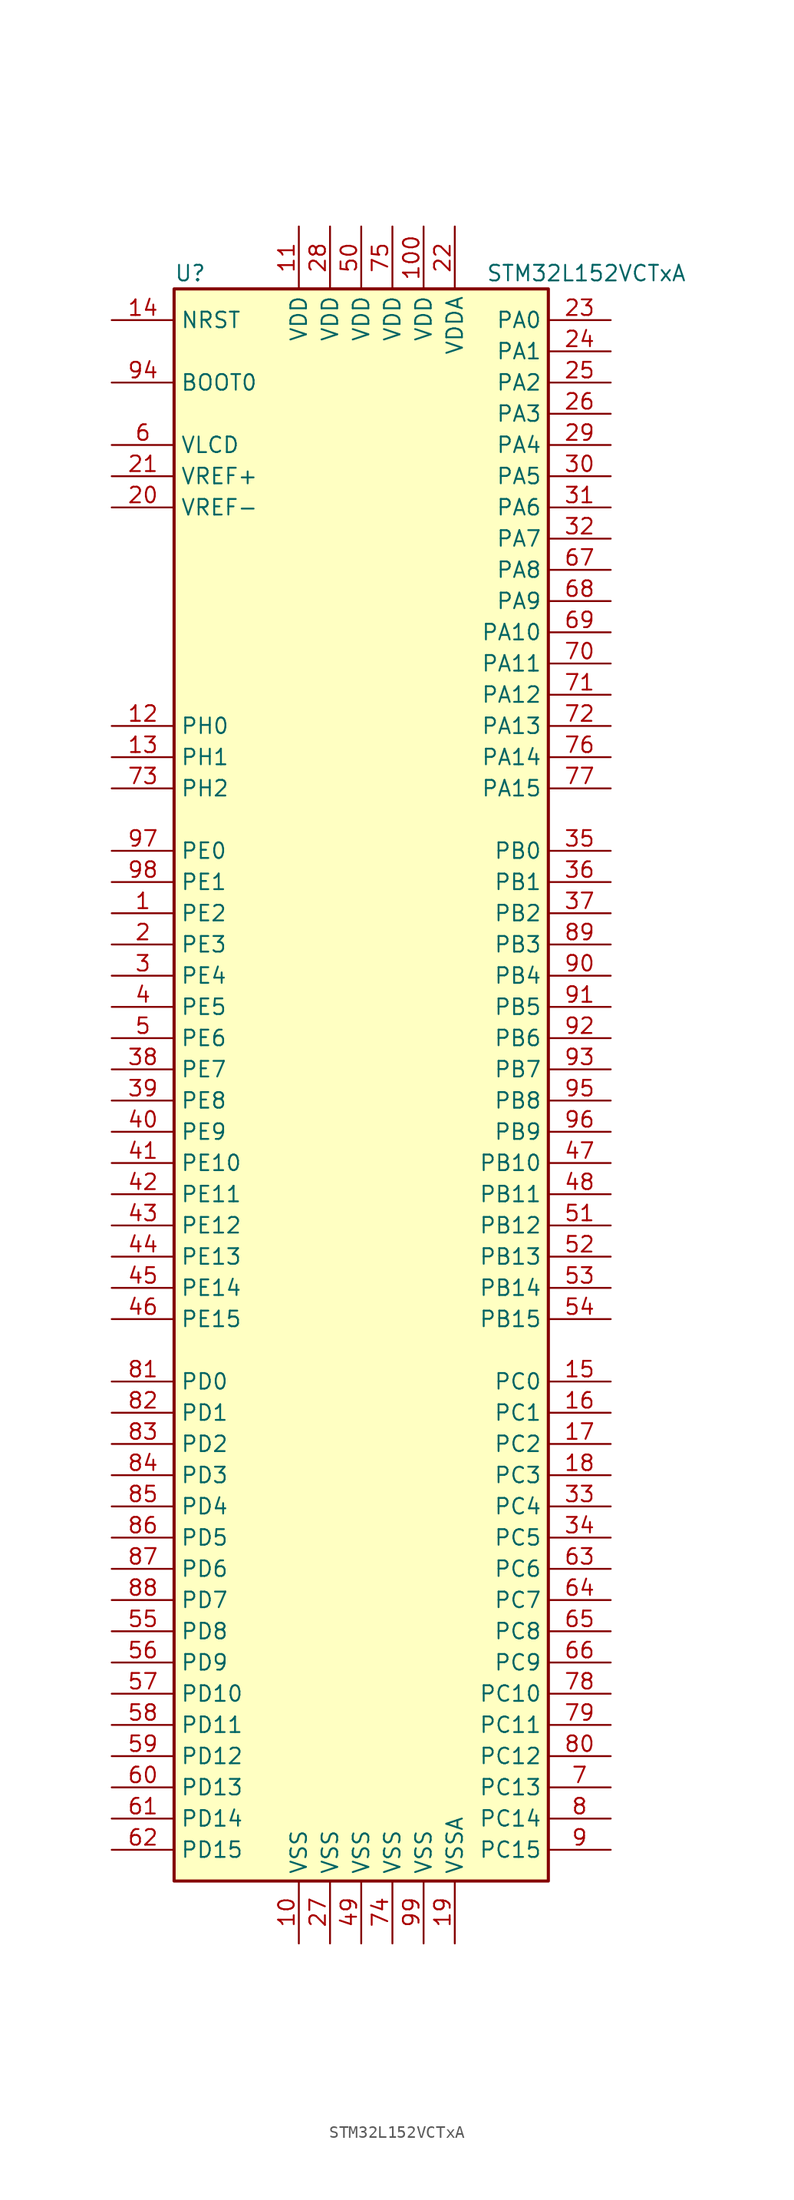
<source format=kicad_sym>
(kicad_symbol_lib
  (version 20201005)
  (generator kicad_symbol_editor)
  (symbol "STM32L152VCTxA"
    (property "Reference" "U"
      (at -15.24 64.77 0)
      (effects (font (size 1.27 1.27)) (justify left)))
    (property "Value" "STM32L152VCTxA"
      (at 10.16 64.77 0)
      (effects (font (size 1.27 1.27)) (justify left)))
    (symbol "STM32L152VCTxA_0_1"
      (rectangle (start -15.24 -66.04) (end 15.24 63.5) (stroke (width 0.254)) (fill (type background))))
    (symbol "STM32L152VCTxA_1_1"
      (pin bidirectional line (at -20.32 12.7 0) (length 5.08) (name "PE2" (effects (font (size 1.27 1.27)))) (number "1" (effects (font (size 1.27 1.27)))))
      (pin power_in line (at -5.08 -71.12 90) (length 5.08) (name "VSS" (effects (font (size 1.27 1.27)))) (number "10" (effects (font (size 1.27 1.27)))))
      (pin power_in line (at 5.08 68.58 270) (length 5.08) (name "VDD" (effects (font (size 1.27 1.27)))) (number "100" (effects (font (size 1.27 1.27)))))
      (pin power_in line (at -5.08 68.58 270) (length 5.08) (name "VDD" (effects (font (size 1.27 1.27)))) (number "11" (effects (font (size 1.27 1.27)))))
      (pin input line (at -20.32 27.94 0) (length 5.08) (name "PH0" (effects (font (size 1.27 1.27)))) (number "12" (effects (font (size 1.27 1.27)))))
      (pin input line (at -20.32 25.4 0) (length 5.08) (name "PH1" (effects (font (size 1.27 1.27)))) (number "13" (effects (font (size 1.27 1.27)))))
      (pin input line (at -20.32 60.96 0) (length 5.08) (name "NRST" (effects (font (size 1.27 1.27)))) (number "14" (effects (font (size 1.27 1.27)))))
      (pin bidirectional line (at 20.32 -25.4 180) (length 5.08) (name "PC0" (effects (font (size 1.27 1.27)))) (number "15" (effects (font (size 1.27 1.27)))))
      (pin bidirectional line (at 20.32 -27.94 180) (length 5.08) (name "PC1" (effects (font (size 1.27 1.27)))) (number "16" (effects (font (size 1.27 1.27)))))
      (pin bidirectional line (at 20.32 -30.48 180) (length 5.08) (name "PC2" (effects (font (size 1.27 1.27)))) (number "17" (effects (font (size 1.27 1.27)))))
      (pin bidirectional line (at 20.32 -33.02 180) (length 5.08) (name "PC3" (effects (font (size 1.27 1.27)))) (number "18" (effects (font (size 1.27 1.27)))))
      (pin power_in line (at 7.62 -71.12 90) (length 5.08) (name "VSSA" (effects (font (size 1.27 1.27)))) (number "19" (effects (font (size 1.27 1.27)))))
      (pin bidirectional line (at -20.32 10.16 0) (length 5.08) (name "PE3" (effects (font (size 1.27 1.27)))) (number "2" (effects (font (size 1.27 1.27)))))
      (pin power_in line (at -20.32 45.72 0) (length 5.08) (name "VREF-" (effects (font (size 1.27 1.27)))) (number "20" (effects (font (size 1.27 1.27)))))
      (pin power_in line (at -20.32 48.26 0) (length 5.08) (name "VREF+" (effects (font (size 1.27 1.27)))) (number "21" (effects (font (size 1.27 1.27)))))
      (pin power_in line (at 7.62 68.58 270) (length 5.08) (name "VDDA" (effects (font (size 1.27 1.27)))) (number "22" (effects (font (size 1.27 1.27)))))
      (pin bidirectional line (at 20.32 60.96 180) (length 5.08) (name "PA0" (effects (font (size 1.27 1.27)))) (number "23" (effects (font (size 1.27 1.27)))))
      (pin bidirectional line (at 20.32 58.42 180) (length 5.08) (name "PA1" (effects (font (size 1.27 1.27)))) (number "24" (effects (font (size 1.27 1.27)))))
      (pin bidirectional line (at 20.32 55.88 180) (length 5.08) (name "PA2" (effects (font (size 1.27 1.27)))) (number "25" (effects (font (size 1.27 1.27)))))
      (pin bidirectional line (at 20.32 53.34 180) (length 5.08) (name "PA3" (effects (font (size 1.27 1.27)))) (number "26" (effects (font (size 1.27 1.27)))))
      (pin power_in line (at -2.54 -71.12 90) (length 5.08) (name "VSS" (effects (font (size 1.27 1.27)))) (number "27" (effects (font (size 1.27 1.27)))))
      (pin power_in line (at -2.54 68.58 270) (length 5.08) (name "VDD" (effects (font (size 1.27 1.27)))) (number "28" (effects (font (size 1.27 1.27)))))
      (pin bidirectional line (at 20.32 50.8 180) (length 5.08) (name "PA4" (effects (font (size 1.27 1.27)))) (number "29" (effects (font (size 1.27 1.27)))))
      (pin bidirectional line (at -20.32 7.62 0) (length 5.08) (name "PE4" (effects (font (size 1.27 1.27)))) (number "3" (effects (font (size 1.27 1.27)))))
      (pin bidirectional line (at 20.32 48.26 180) (length 5.08) (name "PA5" (effects (font (size 1.27 1.27)))) (number "30" (effects (font (size 1.27 1.27)))))
      (pin bidirectional line (at 20.32 45.72 180) (length 5.08) (name "PA6" (effects (font (size 1.27 1.27)))) (number "31" (effects (font (size 1.27 1.27)))))
      (pin bidirectional line (at 20.32 43.18 180) (length 5.08) (name "PA7" (effects (font (size 1.27 1.27)))) (number "32" (effects (font (size 1.27 1.27)))))
      (pin bidirectional line (at 20.32 -35.56 180) (length 5.08) (name "PC4" (effects (font (size 1.27 1.27)))) (number "33" (effects (font (size 1.27 1.27)))))
      (pin bidirectional line (at 20.32 -38.1 180) (length 5.08) (name "PC5" (effects (font (size 1.27 1.27)))) (number "34" (effects (font (size 1.27 1.27)))))
      (pin bidirectional line (at 20.32 17.78 180) (length 5.08) (name "PB0" (effects (font (size 1.27 1.27)))) (number "35" (effects (font (size 1.27 1.27)))))
      (pin bidirectional line (at 20.32 15.24 180) (length 5.08) (name "PB1" (effects (font (size 1.27 1.27)))) (number "36" (effects (font (size 1.27 1.27)))))
      (pin bidirectional line (at 20.32 12.7 180) (length 5.08) (name "PB2" (effects (font (size 1.27 1.27)))) (number "37" (effects (font (size 1.27 1.27)))))
      (pin bidirectional line (at -20.32 0 0) (length 5.08) (name "PE7" (effects (font (size 1.27 1.27)))) (number "38" (effects (font (size 1.27 1.27)))))
      (pin bidirectional line (at -20.32 -2.54 0) (length 5.08) (name "PE8" (effects (font (size 1.27 1.27)))) (number "39" (effects (font (size 1.27 1.27)))))
      (pin bidirectional line (at -20.32 5.08 0) (length 5.08) (name "PE5" (effects (font (size 1.27 1.27)))) (number "4" (effects (font (size 1.27 1.27)))))
      (pin bidirectional line (at -20.32 -5.08 0) (length 5.08) (name "PE9" (effects (font (size 1.27 1.27)))) (number "40" (effects (font (size 1.27 1.27)))))
      (pin bidirectional line (at -20.32 -7.62 0) (length 5.08) (name "PE10" (effects (font (size 1.27 1.27)))) (number "41" (effects (font (size 1.27 1.27)))))
      (pin bidirectional line (at -20.32 -10.16 0) (length 5.08) (name "PE11" (effects (font (size 1.27 1.27)))) (number "42" (effects (font (size 1.27 1.27)))))
      (pin bidirectional line (at -20.32 -12.7 0) (length 5.08) (name "PE12" (effects (font (size 1.27 1.27)))) (number "43" (effects (font (size 1.27 1.27)))))
      (pin bidirectional line (at -20.32 -15.24 0) (length 5.08) (name "PE13" (effects (font (size 1.27 1.27)))) (number "44" (effects (font (size 1.27 1.27)))))
      (pin bidirectional line (at -20.32 -17.78 0) (length 5.08) (name "PE14" (effects (font (size 1.27 1.27)))) (number "45" (effects (font (size 1.27 1.27)))))
      (pin bidirectional line (at -20.32 -20.32 0) (length 5.08) (name "PE15" (effects (font (size 1.27 1.27)))) (number "46" (effects (font (size 1.27 1.27)))))
      (pin bidirectional line (at 20.32 -7.62 180) (length 5.08) (name "PB10" (effects (font (size 1.27 1.27)))) (number "47" (effects (font (size 1.27 1.27)))))
      (pin bidirectional line (at 20.32 -10.16 180) (length 5.08) (name "PB11" (effects (font (size 1.27 1.27)))) (number "48" (effects (font (size 1.27 1.27)))))
      (pin power_in line (at 0 -71.12 90) (length 5.08) (name "VSS" (effects (font (size 1.27 1.27)))) (number "49" (effects (font (size 1.27 1.27)))))
      (pin bidirectional line (at -20.32 2.54 0) (length 5.08) (name "PE6" (effects (font (size 1.27 1.27)))) (number "5" (effects (font (size 1.27 1.27)))))
      (pin power_in line (at 0 68.58 270) (length 5.08) (name "VDD" (effects (font (size 1.27 1.27)))) (number "50" (effects (font (size 1.27 1.27)))))
      (pin bidirectional line (at 20.32 -12.7 180) (length 5.08) (name "PB12" (effects (font (size 1.27 1.27)))) (number "51" (effects (font (size 1.27 1.27)))))
      (pin bidirectional line (at 20.32 -15.24 180) (length 5.08) (name "PB13" (effects (font (size 1.27 1.27)))) (number "52" (effects (font (size 1.27 1.27)))))
      (pin bidirectional line (at 20.32 -17.78 180) (length 5.08) (name "PB14" (effects (font (size 1.27 1.27)))) (number "53" (effects (font (size 1.27 1.27)))))
      (pin bidirectional line (at 20.32 -20.32 180) (length 5.08) (name "PB15" (effects (font (size 1.27 1.27)))) (number "54" (effects (font (size 1.27 1.27)))))
      (pin bidirectional line (at -20.32 -45.72 0) (length 5.08) (name "PD8" (effects (font (size 1.27 1.27)))) (number "55" (effects (font (size 1.27 1.27)))))
      (pin bidirectional line (at -20.32 -48.26 0) (length 5.08) (name "PD9" (effects (font (size 1.27 1.27)))) (number "56" (effects (font (size 1.27 1.27)))))
      (pin bidirectional line (at -20.32 -50.8 0) (length 5.08) (name "PD10" (effects (font (size 1.27 1.27)))) (number "57" (effects (font (size 1.27 1.27)))))
      (pin bidirectional line (at -20.32 -53.34 0) (length 5.08) (name "PD11" (effects (font (size 1.27 1.27)))) (number "58" (effects (font (size 1.27 1.27)))))
      (pin bidirectional line (at -20.32 -55.88 0) (length 5.08) (name "PD12" (effects (font (size 1.27 1.27)))) (number "59" (effects (font (size 1.27 1.27)))))
      (pin power_in line (at -20.32 50.8 0) (length 5.08) (name "VLCD" (effects (font (size 1.27 1.27)))) (number "6" (effects (font (size 1.27 1.27)))))
      (pin bidirectional line (at -20.32 -58.42 0) (length 5.08) (name "PD13" (effects (font (size 1.27 1.27)))) (number "60" (effects (font (size 1.27 1.27)))))
      (pin bidirectional line (at -20.32 -60.96 0) (length 5.08) (name "PD14" (effects (font (size 1.27 1.27)))) (number "61" (effects (font (size 1.27 1.27)))))
      (pin bidirectional line (at -20.32 -63.5 0) (length 5.08) (name "PD15" (effects (font (size 1.27 1.27)))) (number "62" (effects (font (size 1.27 1.27)))))
      (pin bidirectional line (at 20.32 -40.64 180) (length 5.08) (name "PC6" (effects (font (size 1.27 1.27)))) (number "63" (effects (font (size 1.27 1.27)))))
      (pin bidirectional line (at 20.32 -43.18 180) (length 5.08) (name "PC7" (effects (font (size 1.27 1.27)))) (number "64" (effects (font (size 1.27 1.27)))))
      (pin bidirectional line (at 20.32 -45.72 180) (length 5.08) (name "PC8" (effects (font (size 1.27 1.27)))) (number "65" (effects (font (size 1.27 1.27)))))
      (pin bidirectional line (at 20.32 -48.26 180) (length 5.08) (name "PC9" (effects (font (size 1.27 1.27)))) (number "66" (effects (font (size 1.27 1.27)))))
      (pin bidirectional line (at 20.32 40.64 180) (length 5.08) (name "PA8" (effects (font (size 1.27 1.27)))) (number "67" (effects (font (size 1.27 1.27)))))
      (pin bidirectional line (at 20.32 38.1 180) (length 5.08) (name "PA9" (effects (font (size 1.27 1.27)))) (number "68" (effects (font (size 1.27 1.27)))))
      (pin bidirectional line (at 20.32 35.56 180) (length 5.08) (name "PA10" (effects (font (size 1.27 1.27)))) (number "69" (effects (font (size 1.27 1.27)))))
      (pin bidirectional line (at 20.32 -58.42 180) (length 5.08) (name "PC13" (effects (font (size 1.27 1.27)))) (number "7" (effects (font (size 1.27 1.27)))))
      (pin bidirectional line (at 20.32 33.02 180) (length 5.08) (name "PA11" (effects (font (size 1.27 1.27)))) (number "70" (effects (font (size 1.27 1.27)))))
      (pin bidirectional line (at 20.32 30.48 180) (length 5.08) (name "PA12" (effects (font (size 1.27 1.27)))) (number "71" (effects (font (size 1.27 1.27)))))
      (pin bidirectional line (at 20.32 27.94 180) (length 5.08) (name "PA13" (effects (font (size 1.27 1.27)))) (number "72" (effects (font (size 1.27 1.27)))))
      (pin bidirectional line (at -20.32 22.86 0) (length 5.08) (name "PH2" (effects (font (size 1.27 1.27)))) (number "73" (effects (font (size 1.27 1.27)))))
      (pin power_in line (at 2.54 -71.12 90) (length 5.08) (name "VSS" (effects (font (size 1.27 1.27)))) (number "74" (effects (font (size 1.27 1.27)))))
      (pin power_in line (at 2.54 68.58 270) (length 5.08) (name "VDD" (effects (font (size 1.27 1.27)))) (number "75" (effects (font (size 1.27 1.27)))))
      (pin bidirectional line (at 20.32 25.4 180) (length 5.08) (name "PA14" (effects (font (size 1.27 1.27)))) (number "76" (effects (font (size 1.27 1.27)))))
      (pin bidirectional line (at 20.32 22.86 180) (length 5.08) (name "PA15" (effects (font (size 1.27 1.27)))) (number "77" (effects (font (size 1.27 1.27)))))
      (pin bidirectional line (at 20.32 -50.8 180) (length 5.08) (name "PC10" (effects (font (size 1.27 1.27)))) (number "78" (effects (font (size 1.27 1.27)))))
      (pin bidirectional line (at 20.32 -53.34 180) (length 5.08) (name "PC11" (effects (font (size 1.27 1.27)))) (number "79" (effects (font (size 1.27 1.27)))))
      (pin bidirectional line (at 20.32 -60.96 180) (length 5.08) (name "PC14" (effects (font (size 1.27 1.27)))) (number "8" (effects (font (size 1.27 1.27)))))
      (pin bidirectional line (at 20.32 -55.88 180) (length 5.08) (name "PC12" (effects (font (size 1.27 1.27)))) (number "80" (effects (font (size 1.27 1.27)))))
      (pin bidirectional line (at -20.32 -25.4 0) (length 5.08) (name "PD0" (effects (font (size 1.27 1.27)))) (number "81" (effects (font (size 1.27 1.27)))))
      (pin bidirectional line (at -20.32 -27.94 0) (length 5.08) (name "PD1" (effects (font (size 1.27 1.27)))) (number "82" (effects (font (size 1.27 1.27)))))
      (pin bidirectional line (at -20.32 -30.48 0) (length 5.08) (name "PD2" (effects (font (size 1.27 1.27)))) (number "83" (effects (font (size 1.27 1.27)))))
      (pin bidirectional line (at -20.32 -33.02 0) (length 5.08) (name "PD3" (effects (font (size 1.27 1.27)))) (number "84" (effects (font (size 1.27 1.27)))))
      (pin bidirectional line (at -20.32 -35.56 0) (length 5.08) (name "PD4" (effects (font (size 1.27 1.27)))) (number "85" (effects (font (size 1.27 1.27)))))
      (pin bidirectional line (at -20.32 -38.1 0) (length 5.08) (name "PD5" (effects (font (size 1.27 1.27)))) (number "86" (effects (font (size 1.27 1.27)))))
      (pin bidirectional line (at -20.32 -40.64 0) (length 5.08) (name "PD6" (effects (font (size 1.27 1.27)))) (number "87" (effects (font (size 1.27 1.27)))))
      (pin bidirectional line (at -20.32 -43.18 0) (length 5.08) (name "PD7" (effects (font (size 1.27 1.27)))) (number "88" (effects (font (size 1.27 1.27)))))
      (pin bidirectional line (at 20.32 10.16 180) (length 5.08) (name "PB3" (effects (font (size 1.27 1.27)))) (number "89" (effects (font (size 1.27 1.27)))))
      (pin bidirectional line (at 20.32 -63.5 180) (length 5.08) (name "PC15" (effects (font (size 1.27 1.27)))) (number "9" (effects (font (size 1.27 1.27)))))
      (pin bidirectional line (at 20.32 7.62 180) (length 5.08) (name "PB4" (effects (font (size 1.27 1.27)))) (number "90" (effects (font (size 1.27 1.27)))))
      (pin bidirectional line (at 20.32 5.08 180) (length 5.08) (name "PB5" (effects (font (size 1.27 1.27)))) (number "91" (effects (font (size 1.27 1.27)))))
      (pin bidirectional line (at 20.32 2.54 180) (length 5.08) (name "PB6" (effects (font (size 1.27 1.27)))) (number "92" (effects (font (size 1.27 1.27)))))
      (pin bidirectional line (at 20.32 0 180) (length 5.08) (name "PB7" (effects (font (size 1.27 1.27)))) (number "93" (effects (font (size 1.27 1.27)))))
      (pin input line (at -20.32 55.88 0) (length 5.08) (name "BOOT0" (effects (font (size 1.27 1.27)))) (number "94" (effects (font (size 1.27 1.27)))))
      (pin bidirectional line (at 20.32 -2.54 180) (length 5.08) (name "PB8" (effects (font (size 1.27 1.27)))) (number "95" (effects (font (size 1.27 1.27)))))
      (pin bidirectional line (at 20.32 -5.08 180) (length 5.08) (name "PB9" (effects (font (size 1.27 1.27)))) (number "96" (effects (font (size 1.27 1.27)))))
      (pin bidirectional line (at -20.32 17.78 0) (length 5.08) (name "PE0" (effects (font (size 1.27 1.27)))) (number "97" (effects (font (size 1.27 1.27)))))
      (pin bidirectional line (at -20.32 15.24 0) (length 5.08) (name "PE1" (effects (font (size 1.27 1.27)))) (number "98" (effects (font (size 1.27 1.27)))))
      (pin power_in line (at 5.08 -71.12 90) (length 5.08) (name "VSS" (effects (font (size 1.27 1.27)))) (number "99" (effects (font (size 1.27 1.27))))))))
</source>
